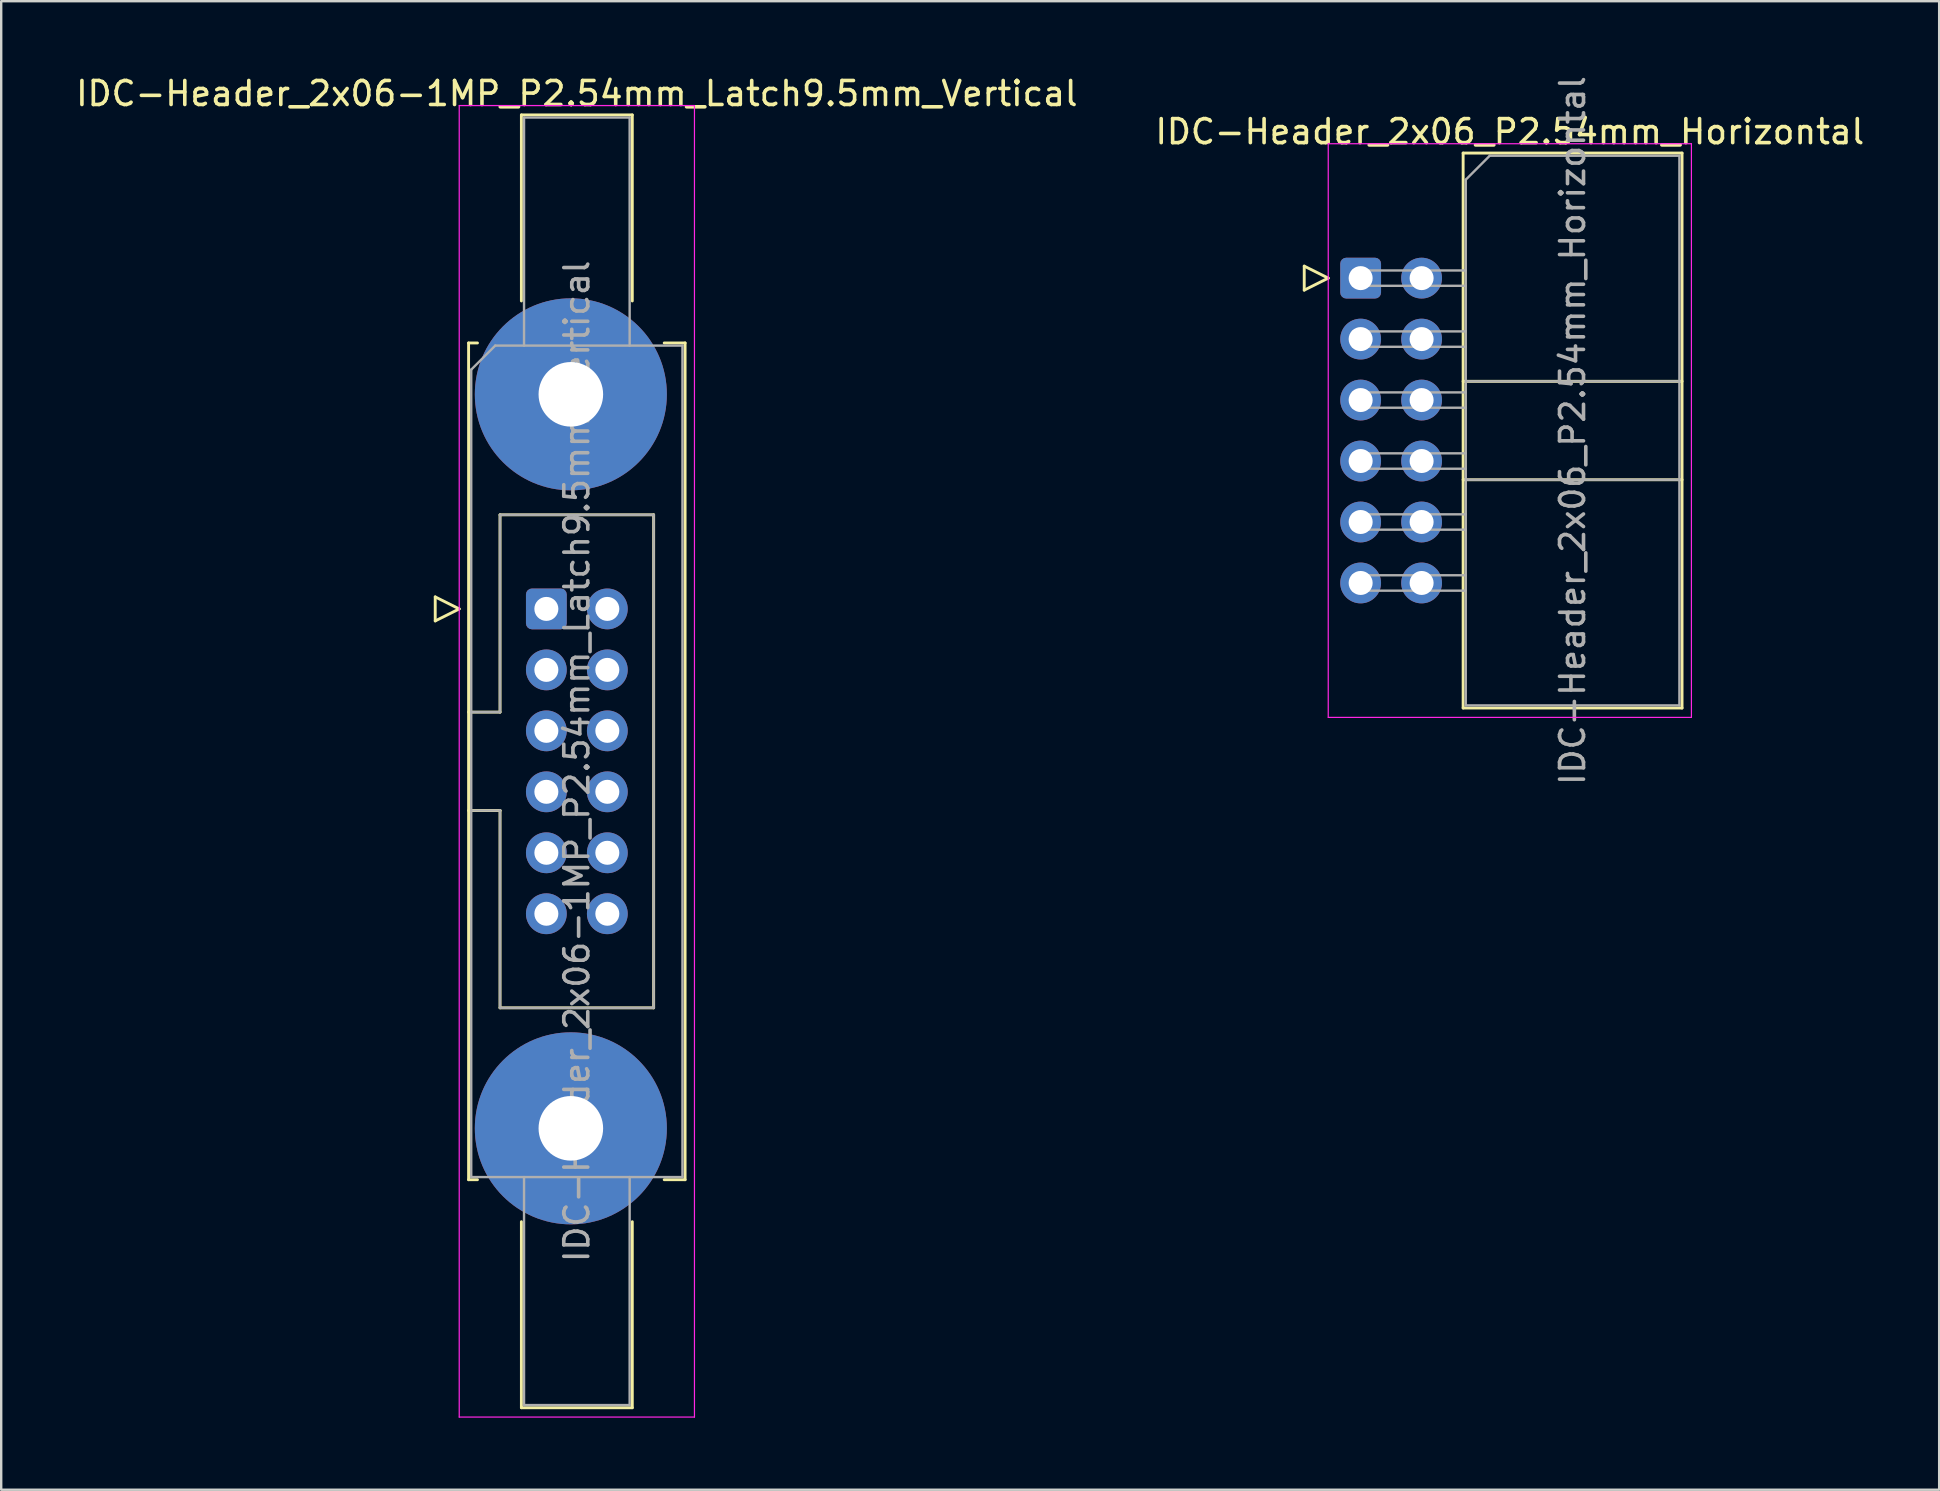
<source format=kicad_pcb>
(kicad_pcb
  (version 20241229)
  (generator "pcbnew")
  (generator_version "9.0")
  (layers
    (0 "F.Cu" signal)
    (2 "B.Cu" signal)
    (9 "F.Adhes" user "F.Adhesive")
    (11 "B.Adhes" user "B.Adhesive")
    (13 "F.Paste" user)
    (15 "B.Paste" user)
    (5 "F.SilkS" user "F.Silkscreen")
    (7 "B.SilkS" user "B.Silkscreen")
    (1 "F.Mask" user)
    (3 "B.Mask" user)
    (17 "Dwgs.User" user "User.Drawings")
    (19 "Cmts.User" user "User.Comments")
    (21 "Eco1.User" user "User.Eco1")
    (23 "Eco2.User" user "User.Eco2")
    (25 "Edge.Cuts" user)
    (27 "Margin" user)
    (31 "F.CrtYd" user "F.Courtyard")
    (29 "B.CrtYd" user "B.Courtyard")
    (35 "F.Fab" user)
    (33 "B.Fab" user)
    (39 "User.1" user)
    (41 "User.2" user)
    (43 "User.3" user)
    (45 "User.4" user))
  (footprint "IDC-Header_2x06-1MP_P2.54mm_Latch9.5mm_Vertical"
    (layer "F.Cu")
    (at 19.712 22.318)
    (property "Reference" "IDC-Header_2x06-1MP_P2.54mm_Latch9.5mm_Vertical" (at 1.27 -21.47 0) (layer "F.SilkS") (effects (font (size 1 1) (thickness 0.15))))
    (attr through_hole)
    (fp_line (start -4.63 -0.5) (end -4.63 0.5) (stroke (width 0.12) (type solid)) (layer "F.SilkS"))
    (fp_line (start -4.63 0.5) (end -3.63 0) (stroke (width 0.12) (type solid)) (layer "F.SilkS"))
    (fp_line (start -3.63 0) (end -4.63 -0.5) (stroke (width 0.12) (type solid)) (layer "F.SilkS"))
    (fp_line (start -3.24 -11.08) (end -3.24 23.78) (stroke (width 0.12) (type solid)) (layer "F.SilkS"))
    (fp_line (start -3.24 4.3) (end -1.93 4.3) (stroke (width 0.12) (type solid)) (layer "F.SilkS"))
    (fp_line (start -3.24 23.78) (end -2.87 23.78) (stroke (width 0.12) (type solid)) (layer "F.SilkS"))
    (fp_line (start -2.87 -11.08) (end -3.24 -11.08) (stroke (width 0.12) (type solid)) (layer "F.SilkS"))
    (fp_line (start -1.93 -3.92) (end 4.47 -3.92) (stroke (width 0.12) (type solid)) (layer "F.SilkS"))
    (fp_line (start -1.93 4.3) (end -1.93 -3.92) (stroke (width 0.12) (type solid)) (layer "F.SilkS"))
    (fp_line (start -1.93 8.4) (end -3.24 8.4) (stroke (width 0.12) (type solid)) (layer "F.SilkS"))
    (fp_line (start -1.93 8.4) (end -1.93 8.4) (stroke (width 0.12) (type solid)) (layer "F.SilkS"))
    (fp_line (start -1.93 16.62) (end -1.93 8.4) (stroke (width 0.12) (type solid)) (layer "F.SilkS"))
    (fp_line (start -1.04 -20.58) (end 3.58 -20.58) (stroke (width 0.12) (type solid)) (layer "F.SilkS"))
    (fp_line (start -1.04 -12.83) (end -1.04 -20.58) (stroke (width 0.12) (type solid)) (layer "F.SilkS"))
    (fp_line (start -1.04 25.53) (end -1.04 33.28) (stroke (width 0.12) (type solid)) (layer "F.SilkS"))
    (fp_line (start -1.04 33.28) (end 3.58 33.28) (stroke (width 0.12) (type solid)) (layer "F.SilkS"))
    (fp_line (start 3.58 -20.58) (end 3.58 -12.83) (stroke (width 0.12) (type solid)) (layer "F.SilkS"))
    (fp_line (start 3.58 33.28) (end 3.58 25.53) (stroke (width 0.12) (type solid)) (layer "F.SilkS"))
    (fp_line (start 4.47 -3.92) (end 4.47 16.62) (stroke (width 0.12) (type solid)) (layer "F.SilkS"))
    (fp_line (start 4.47 16.62) (end -1.93 16.62) (stroke (width 0.12) (type solid)) (layer "F.SilkS"))
    (fp_line (start 4.91 -11.08) (end 5.78 -11.08) (stroke (width 0.12) (type solid)) (layer "F.SilkS"))
    (fp_line (start 5.78 -11.08) (end 5.78 23.78) (stroke (width 0.12) (type solid)) (layer "F.SilkS"))
    (fp_line (start 5.78 23.78) (end 4.91 23.78) (stroke (width 0.12) (type solid)) (layer "F.SilkS"))
    (fp_line (start -3.63 -20.97) (end -3.63 33.67) (stroke (width 0.05) (type solid)) (layer "F.CrtYd"))
    (fp_line (start -3.63 33.67) (end 6.17 33.67) (stroke (width 0.05) (type solid)) (layer "F.CrtYd"))
    (fp_line (start 6.17 -20.97) (end -3.63 -20.97) (stroke (width 0.05) (type solid)) (layer "F.CrtYd"))
    (fp_line (start 6.17 33.67) (end 6.17 -20.97) (stroke (width 0.05) (type solid)) (layer "F.CrtYd"))
    (fp_line (start -3.13 -9.97) (end -2.13 -10.97) (stroke (width 0.1) (type solid)) (layer "F.Fab"))
    (fp_line (start -3.13 4.3) (end -1.93 4.3) (stroke (width 0.1) (type solid)) (layer "F.Fab"))
    (fp_line (start -3.13 23.67) (end -3.13 -9.97) (stroke (width 0.1) (type solid)) (layer "F.Fab"))
    (fp_line (start -2.13 -10.97) (end 5.67 -10.97) (stroke (width 0.1) (type solid)) (layer "F.Fab"))
    (fp_line (start -1.93 -3.92) (end 4.47 -3.92) (stroke (width 0.1) (type solid)) (layer "F.Fab"))
    (fp_line (start -1.93 4.3) (end -1.93 -3.92) (stroke (width 0.1) (type solid)) (layer "F.Fab"))
    (fp_line (start -1.93 8.4) (end -3.13 8.4) (stroke (width 0.1) (type solid)) (layer "F.Fab"))
    (fp_line (start -1.93 8.4) (end -1.93 8.4) (stroke (width 0.1) (type solid)) (layer "F.Fab"))
    (fp_line (start -1.93 16.62) (end -1.93 8.4) (stroke (width 0.1) (type solid)) (layer "F.Fab"))
    (fp_line (start -0.93 -20.47) (end 3.47 -20.47) (stroke (width 0.1) (type solid)) (layer "F.Fab"))
    (fp_line (start -0.93 -10.97) (end -0.93 -20.47) (stroke (width 0.1) (type solid)) (layer "F.Fab"))
    (fp_line (start -0.93 23.67) (end -0.93 33.17) (stroke (width 0.1) (type solid)) (layer "F.Fab"))
    (fp_line (start -0.93 33.17) (end 3.47 33.17) (stroke (width 0.1) (type solid)) (layer "F.Fab"))
    (fp_line (start 3.47 -20.47) (end 3.47 -10.97) (stroke (width 0.1) (type solid)) (layer "F.Fab"))
    (fp_line (start 3.47 33.17) (end 3.47 23.67) (stroke (width 0.1) (type solid)) (layer "F.Fab"))
    (fp_line (start 4.47 -3.92) (end 4.47 16.62) (stroke (width 0.1) (type solid)) (layer "F.Fab"))
    (fp_line (start 4.47 16.62) (end -1.93 16.62) (stroke (width 0.1) (type solid)) (layer "F.Fab"))
    (fp_line (start 5.67 -10.97) (end 5.67 23.67) (stroke (width 0.1) (type solid)) (layer "F.Fab"))
    (fp_line (start 5.67 23.67) (end -3.13 23.67) (stroke (width 0.1) (type solid)) (layer "F.Fab"))
    (fp_text user "${REFERENCE}" (at 1.27 6.35 90) (layer "F.Fab") (effects (font (size 1 1) (thickness 0.15))))
    (pad "1" thru_hole roundrect (at 0 0) (size 1.7 1.7) (drill 1) (layers "*.Cu" "*.Mask") (roundrect_rratio 0.147))
    (pad "2" thru_hole circle (at 2.54 0) (size 1.7 1.7) (drill 1) (layers "*.Cu" "*.Mask"))
    (pad "3" thru_hole circle (at 0 2.54) (size 1.7 1.7) (drill 1) (layers "*.Cu" "*.Mask"))
    (pad "4" thru_hole circle (at 2.54 2.54) (size 1.7 1.7) (drill 1) (layers "*.Cu" "*.Mask"))
    (pad "5" thru_hole circle (at 0 5.08) (size 1.7 1.7) (drill 1) (layers "*.Cu" "*.Mask"))
    (pad "6" thru_hole circle (at 2.54 5.08) (size 1.7 1.7) (drill 1) (layers "*.Cu" "*.Mask"))
    (pad "7" thru_hole circle (at 0 7.62) (size 1.7 1.7) (drill 1) (layers "*.Cu" "*.Mask"))
    (pad "8" thru_hole circle (at 2.54 7.62) (size 1.7 1.7) (drill 1) (layers "*.Cu" "*.Mask"))
    (pad "9" thru_hole circle (at 0 10.16) (size 1.7 1.7) (drill 1) (layers "*.Cu" "*.Mask"))
    (pad "10" thru_hole circle (at 2.54 10.16) (size 1.7 1.7) (drill 1) (layers "*.Cu" "*.Mask"))
    (pad "11" thru_hole circle (at 0 12.7) (size 1.7 1.7) (drill 1) (layers "*.Cu" "*.Mask"))
    (pad "12" thru_hole circle (at 2.54 12.7) (size 1.7 1.7) (drill 1) (layers "*.Cu" "*.Mask"))
    (pad "MP" thru_hole circle (at 1.02 -8.94) (size 8 8) (drill 2.69) (layers "*.Cu" "*.Mask"))
    (pad "MP" thru_hole circle (at 1.02 21.64) (size 8 8) (drill 2.69) (layers "*.Cu" "*.Mask")))
  (footprint "IDC-Header_2x06_P2.54mm_Horizontal"
    (layer "F.Cu")
    (at 53.636 8.537)
    (property "Reference" "IDC-Header_2x06_P2.54mm_Horizontal" (at 6.215 -6.1 0) (layer "F.SilkS") (effects (font (size 1 1) (thickness 0.15))))
    (attr through_hole)
    (fp_line (start -2.35 -0.5) (end -2.35 0.5) (stroke (width 0.12) (type solid)) (layer "F.SilkS"))
    (fp_line (start -2.35 0.5) (end -1.35 0) (stroke (width 0.12) (type solid)) (layer "F.SilkS"))
    (fp_line (start -1.35 0) (end -2.35 -0.5) (stroke (width 0.12) (type solid)) (layer "F.SilkS"))
    (fp_line (start 4.27 -5.21) (end 13.39 -5.21) (stroke (width 0.12) (type solid)) (layer "F.SilkS"))
    (fp_line (start 4.27 4.3) (end 13.39 4.3) (stroke (width 0.12) (type solid)) (layer "F.SilkS"))
    (fp_line (start 4.27 8.4) (end 13.39 8.4) (stroke (width 0.12) (type solid)) (layer "F.SilkS"))
    (fp_line (start 4.27 17.91) (end 4.27 -5.21) (stroke (width 0.12) (type solid)) (layer "F.SilkS"))
    (fp_line (start 13.39 -5.21) (end 13.39 17.91) (stroke (width 0.12) (type solid)) (layer "F.SilkS"))
    (fp_line (start 13.39 17.91) (end 4.27 17.91) (stroke (width 0.12) (type solid)) (layer "F.SilkS"))
    (fp_line (start -1.35 -5.6) (end -1.35 18.3) (stroke (width 0.05) (type solid)) (layer "F.CrtYd"))
    (fp_line (start -1.35 18.3) (end 13.78 18.3) (stroke (width 0.05) (type solid)) (layer "F.CrtYd"))
    (fp_line (start 13.78 -5.6) (end -1.35 -5.6) (stroke (width 0.05) (type solid)) (layer "F.CrtYd"))
    (fp_line (start 13.78 18.3) (end 13.78 -5.6) (stroke (width 0.05) (type solid)) (layer "F.CrtYd"))
    (fp_line (start -0.32 -0.32) (end -0.32 0.32) (stroke (width 0.1) (type solid)) (layer "F.Fab"))
    (fp_line (start -0.32 0.32) (end 4.38 0.32) (stroke (width 0.1) (type solid)) (layer "F.Fab"))
    (fp_line (start -0.32 2.22) (end -0.32 2.86) (stroke (width 0.1) (type solid)) (layer "F.Fab"))
    (fp_line (start -0.32 2.86) (end 4.38 2.86) (stroke (width 0.1) (type solid)) (layer "F.Fab"))
    (fp_line (start -0.32 4.76) (end -0.32 5.4) (stroke (width 0.1) (type solid)) (layer "F.Fab"))
    (fp_line (start -0.32 5.4) (end 4.38 5.4) (stroke (width 0.1) (type solid)) (layer "F.Fab"))
    (fp_line (start -0.32 7.3) (end -0.32 7.94) (stroke (width 0.1) (type solid)) (layer "F.Fab"))
    (fp_line (start -0.32 7.94) (end 4.38 7.94) (stroke (width 0.1) (type solid)) (layer "F.Fab"))
    (fp_line (start -0.32 9.84) (end -0.32 10.48) (stroke (width 0.1) (type solid)) (layer "F.Fab"))
    (fp_line (start -0.32 10.48) (end 4.38 10.48) (stroke (width 0.1) (type solid)) (layer "F.Fab"))
    (fp_line (start -0.32 12.38) (end -0.32 13.02) (stroke (width 0.1) (type solid)) (layer "F.Fab"))
    (fp_line (start -0.32 13.02) (end 4.38 13.02) (stroke (width 0.1) (type solid)) (layer "F.Fab"))
    (fp_line (start 4.38 -4.1) (end 5.38 -5.1) (stroke (width 0.1) (type solid)) (layer "F.Fab"))
    (fp_line (start 4.38 -0.32) (end -0.32 -0.32) (stroke (width 0.1) (type solid)) (layer "F.Fab"))
    (fp_line (start 4.38 2.22) (end -0.32 2.22) (stroke (width 0.1) (type solid)) (layer "F.Fab"))
    (fp_line (start 4.38 4.3) (end 13.28 4.3) (stroke (width 0.1) (type solid)) (layer "F.Fab"))
    (fp_line (start 4.38 4.76) (end -0.32 4.76) (stroke (width 0.1) (type solid)) (layer "F.Fab"))
    (fp_line (start 4.38 7.3) (end -0.32 7.3) (stroke (width 0.1) (type solid)) (layer "F.Fab"))
    (fp_line (start 4.38 8.4) (end 13.28 8.4) (stroke (width 0.1) (type solid)) (layer "F.Fab"))
    (fp_line (start 4.38 9.84) (end -0.32 9.84) (stroke (width 0.1) (type solid)) (layer "F.Fab"))
    (fp_line (start 4.38 12.38) (end -0.32 12.38) (stroke (width 0.1) (type solid)) (layer "F.Fab"))
    (fp_line (start 4.38 17.8) (end 4.38 -4.1) (stroke (width 0.1) (type solid)) (layer "F.Fab"))
    (fp_line (start 5.38 -5.1) (end 13.28 -5.1) (stroke (width 0.1) (type solid)) (layer "F.Fab"))
    (fp_line (start 13.28 -5.1) (end 13.28 17.8) (stroke (width 0.1) (type solid)) (layer "F.Fab"))
    (fp_line (start 13.28 17.8) (end 4.38 17.8) (stroke (width 0.1) (type solid)) (layer "F.Fab"))
    (fp_text user "${REFERENCE}" (at 8.83 6.35 90) (layer "F.Fab") (effects (font (size 1 1) (thickness 0.15))))
    (pad "1" thru_hole roundrect (at 0 0) (size 1.7 1.7) (drill 1) (layers "*.Cu" "*.Mask") (roundrect_rratio 0.147))
    (pad "2" thru_hole circle (at 2.54 0) (size 1.7 1.7) (drill 1) (layers "*.Cu" "*.Mask"))
    (pad "3" thru_hole circle (at 0 2.54) (size 1.7 1.7) (drill 1) (layers "*.Cu" "*.Mask"))
    (pad "4" thru_hole circle (at 2.54 2.54) (size 1.7 1.7) (drill 1) (layers "*.Cu" "*.Mask"))
    (pad "5" thru_hole circle (at 0 5.08) (size 1.7 1.7) (drill 1) (layers "*.Cu" "*.Mask"))
    (pad "6" thru_hole circle (at 2.54 5.08) (size 1.7 1.7) (drill 1) (layers "*.Cu" "*.Mask"))
    (pad "7" thru_hole circle (at 0 7.62) (size 1.7 1.7) (drill 1) (layers "*.Cu" "*.Mask"))
    (pad "8" thru_hole circle (at 2.54 7.62) (size 1.7 1.7) (drill 1) (layers "*.Cu" "*.Mask"))
    (pad "9" thru_hole circle (at 0 10.16) (size 1.7 1.7) (drill 1) (layers "*.Cu" "*.Mask"))
    (pad "10" thru_hole circle (at 2.54 10.16) (size 1.7 1.7) (drill 1) (layers "*.Cu" "*.Mask"))
    (pad "11" thru_hole circle (at 0 12.7) (size 1.7 1.7) (drill 1) (layers "*.Cu" "*.Mask"))
    (pad "12" thru_hole circle (at 2.54 12.7) (size 1.7 1.7) (drill 1) (layers "*.Cu" "*.Mask")))
  (gr_rect
    (start -3 -3)
    (end 77.738 59.013)
    (stroke (width 0.1) (type default))
    (fill no)
    (layer "Edge.Cuts")))
</source>
